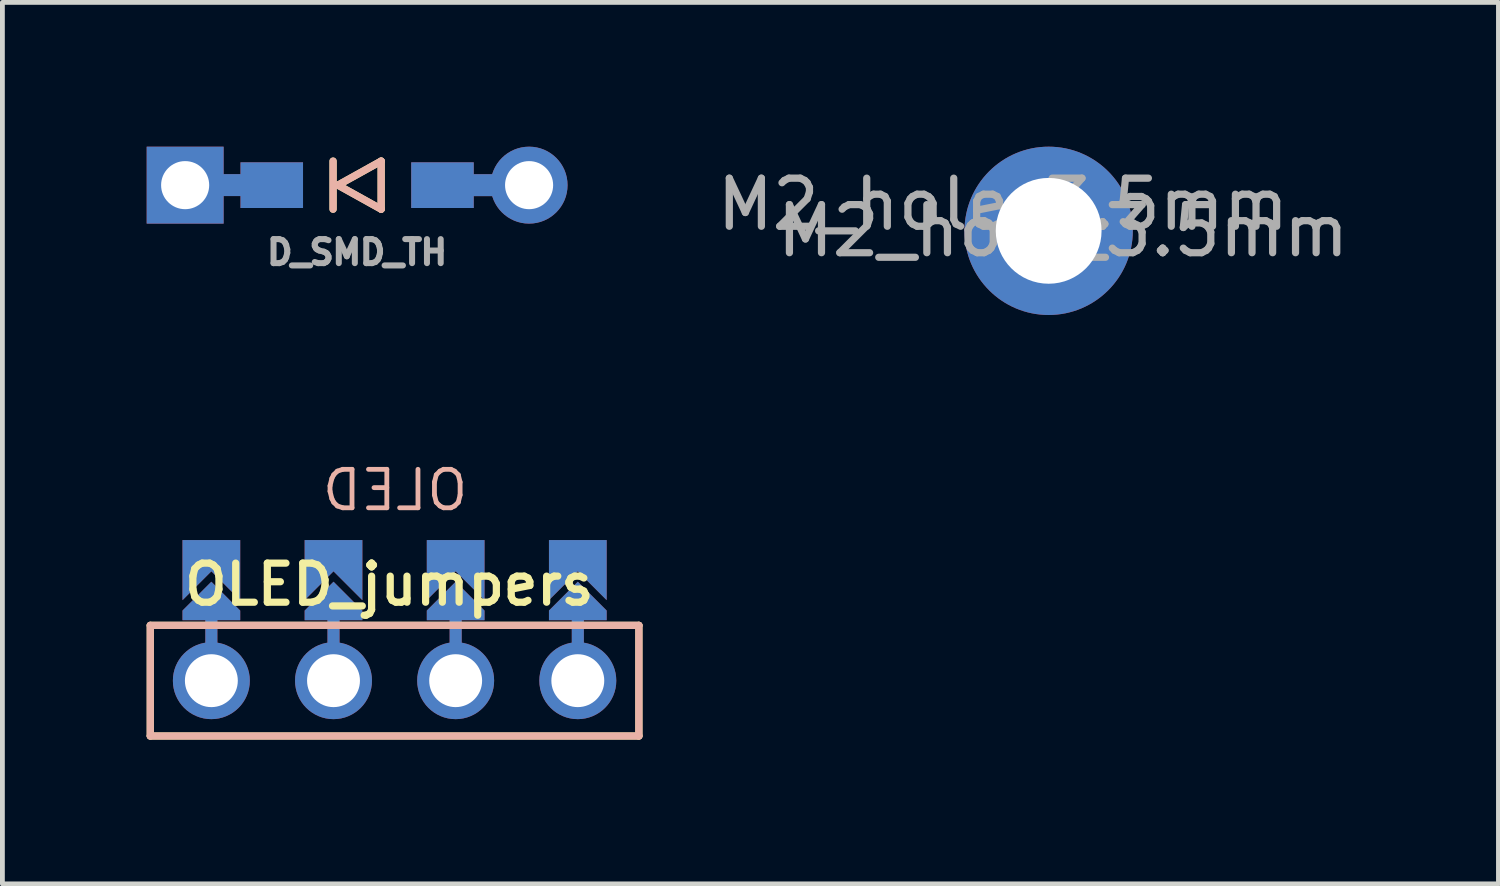
<source format=kicad_pcb>
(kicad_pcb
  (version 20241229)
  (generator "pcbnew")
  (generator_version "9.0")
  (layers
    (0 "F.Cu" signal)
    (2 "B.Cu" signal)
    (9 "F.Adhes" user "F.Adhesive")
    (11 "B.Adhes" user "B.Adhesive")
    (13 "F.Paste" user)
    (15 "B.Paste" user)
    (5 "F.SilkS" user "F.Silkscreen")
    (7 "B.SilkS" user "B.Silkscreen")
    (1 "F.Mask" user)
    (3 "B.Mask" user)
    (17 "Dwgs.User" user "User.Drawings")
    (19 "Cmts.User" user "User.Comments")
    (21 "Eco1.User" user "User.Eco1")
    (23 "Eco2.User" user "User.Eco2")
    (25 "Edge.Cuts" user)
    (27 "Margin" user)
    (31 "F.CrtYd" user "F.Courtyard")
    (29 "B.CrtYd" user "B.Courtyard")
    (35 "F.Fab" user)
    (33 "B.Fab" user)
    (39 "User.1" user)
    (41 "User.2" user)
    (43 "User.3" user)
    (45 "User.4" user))
  (footprint "D_SMD_TH"
    (layer "F.Cu")
    (at 4.376 0.8)
    (property "Reference" "D_SMD_TH" (at 0 1.397 0) (layer "F.Fab") (effects (font (size 0.5 0.5) (thickness 0.125))))
    (fp_poly (pts (xy -2.375 -0.425) (xy -1.175 -0.425) (xy -1.175 0.425) (xy -2.375 0.425)) (stroke (width 0.1) (type solid)) (fill yes) (layer "F.Mask"))
    (fp_poly (pts (xy 1.175 -0.425) (xy 2.375 -0.425) (xy 2.375 0.425) (xy 1.175 0.425)) (stroke (width 0.1) (type solid)) (fill yes) (layer "F.Mask"))
    (fp_poly (pts (xy -2.375 -0.425) (xy -1.175 -0.425) (xy -1.175 0.425) (xy -2.375 0.425)) (stroke (width 0.1) (type solid)) (fill yes) (layer "B.Mask"))
    (fp_poly (pts (xy 1.175 -0.425) (xy 2.375 -0.425) (xy 2.375 0.425) (xy 1.175 0.425)) (stroke (width 0.1) (type solid)) (fill yes) (layer "B.Mask"))
    (fp_line (start -0.5 -0.5) (end -0.5 0.5) (stroke (width 0.15) (type solid)) (layer "F.SilkS"))
    (fp_line (start -0.4 0) (end 0.5 -0.5) (stroke (width 0.15) (type solid)) (layer "F.SilkS"))
    (fp_line (start 0.5 -0.5) (end 0.5 0.5) (stroke (width 0.15) (type solid)) (layer "F.SilkS"))
    (fp_line (start 0.5 0.5) (end -0.4 0) (stroke (width 0.15) (type solid)) (layer "F.SilkS"))
    (fp_line (start -0.5 0.5) (end -0.5 -0.5) (stroke (width 0.15) (type solid)) (layer "B.SilkS"))
    (fp_line (start -0.4 0) (end 0.5 0.5) (stroke (width 0.15) (type solid)) (layer "B.SilkS"))
    (fp_line (start 0.5 -0.5) (end -0.4 0) (stroke (width 0.15) (type solid)) (layer "B.SilkS"))
    (fp_line (start 0.5 0.5) (end 0.5 -0.5) (stroke (width 0.15) (type solid)) (layer "B.SilkS"))
    (pad "1" thru_hole rect (at -3.576 0 180) (size 1.6 1.6) (drill 1) (layers "*.Cu" "*.Mask"))
    (pad "1" smd custom (at -1.775 0) (size 1.3 0.95) (layers "F.Cu") (options (anchor rect)) (primitives (gr_poly (pts (xy -0.52 0.177) (xy -1.093 0.177) (xy -1.093 -0.178) (xy -0.52 -0.178)) (width 0.1) (fill yes))))
    (pad "1" smd custom (at -1.775 0) (size 1.3 0.95) (layers "B.Cu") (options (anchor rect)) (primitives (gr_poly (pts (xy -0.52 0.177) (xy -1.093 0.177) (xy -1.093 -0.179) (xy -0.52 -0.179)) (width 0.1) (fill yes))))
    (pad "2" smd custom (at 1.775 0) (size 1.3 0.95) (layers "F.Cu") (options (anchor rect)) (primitives (gr_poly (pts (xy 1.093 0.179) (xy 0.52 0.179) (xy 0.52 -0.177) (xy 1.093 -0.177)) (width 0.1) (fill yes))))
    (pad "2" smd custom (at 1.775 0) (size 1.3 0.95) (layers "B.Cu") (options (anchor rect)) (primitives (gr_poly (pts (xy 1.093 0.179) (xy 0.52 0.179) (xy 0.52 -0.177) (xy 1.093 -0.177)) (width 0.1) (fill yes))))
    (pad "2" thru_hole circle (at 3.576 0 180) (size 1.6 1.6) (drill 1) (layers "*.Cu" "*.Mask")))
  (footprint "OLED_jumpers"
    (layer "F.Cu")
    (at 1.345 11.104)
    (property "Reference" "OLED_jumpers" (at 3.7 -2 0) (layer "F.SilkS") (effects (font (size 0.813 0.813) (thickness 0.15))))
    (attr through_hole)
    (fp_poly (pts (xy -0.508 -2.42) (xy 0.508 -2.42) (xy 0.508 -1.404) (xy -0.508 -1.404)) (stroke (width 0.1) (type solid)) (fill yes) (layer "F.Mask"))
    (fp_poly (pts (xy 2.032 -2.42) (xy 3.048 -2.42) (xy 3.048 -1.404) (xy 2.032 -1.404)) (stroke (width 0.1) (type solid)) (fill yes) (layer "F.Mask"))
    (fp_poly (pts (xy 4.572 -2.42) (xy 5.588 -2.42) (xy 5.588 -1.404) (xy 4.572 -1.404)) (stroke (width 0.1) (type solid)) (fill yes) (layer "F.Mask"))
    (fp_poly (pts (xy 7.112 -2.42) (xy 8.128 -2.42) (xy 8.128 -1.404) (xy 7.112 -1.404)) (stroke (width 0.1) (type solid)) (fill yes) (layer "F.Mask"))
    (fp_poly (pts (xy -0.508 -2.42) (xy 0.508 -2.42) (xy 0.508 -1.404) (xy -0.508 -1.404)) (stroke (width 0.1) (type solid)) (fill yes) (layer "B.Mask"))
    (fp_poly (pts (xy 2.032 -2.42) (xy 3.048 -2.42) (xy 3.048 -1.404) (xy 2.032 -1.404)) (stroke (width 0.1) (type solid)) (fill yes) (layer "B.Mask"))
    (fp_poly (pts (xy 4.572 -2.42) (xy 5.588 -2.42) (xy 5.588 -1.404) (xy 4.572 -1.404)) (stroke (width 0.1) (type solid)) (fill yes) (layer "B.Mask"))
    (fp_poly (pts (xy 7.112 -2.42) (xy 8.128 -2.42) (xy 8.128 -1.404) (xy 7.112 -1.404)) (stroke (width 0.1) (type solid)) (fill yes) (layer "B.Mask"))
    (fp_line (start -1.27 -1.15) (end 8.89 -1.15) (stroke (width 0.15) (type solid)) (layer "F.SilkS"))
    (fp_line (start -1.27 1.15) (end -1.27 -1.15) (stroke (width 0.15) (type solid)) (layer "F.SilkS"))
    (fp_line (start -1.27 1.15) (end 8.89 1.15) (stroke (width 0.15) (type solid)) (layer "F.SilkS"))
    (fp_line (start 8.89 -1.15) (end 8.89 1.15) (stroke (width 0.15) (type solid)) (layer "F.SilkS"))
    (fp_line (start -1.27 -1.15) (end 8.89 -1.15) (stroke (width 0.15) (type solid)) (layer "B.SilkS"))
    (fp_line (start -1.27 1.15) (end -1.27 -1.15) (stroke (width 0.15) (type solid)) (layer "B.SilkS"))
    (fp_line (start 8.89 -1.15) (end 8.89 1.15) (stroke (width 0.15) (type solid)) (layer "B.SilkS"))
    (fp_line (start 8.89 1.15) (end -1.27 1.15) (stroke (width 0.15) (type solid)) (layer "B.SilkS"))
    (fp_text user "OLED" (at 3.82 -3.96 0) (unlocked yes) (layer "B.SilkS") (effects (font (size 0.8 0.8) (thickness 0.1)) (justify mirror)))
    (pad "" smd custom (at 0 -1.658 180) (size 0.1 0.1) (layers "F.Cu" "F.Mask") (options (anchor rect)) (primitives (gr_poly (pts (xy 0.6 -0.2) (xy 0 0.4) (xy -0.6 -0.2) (xy -0.6 -0.4) (xy 0.6 -0.4)) (width 0) (fill yes))))
    (pad "" smd custom (at 0 -1.658 180) (size 0.1 0.1) (layers "B.Cu" "B.Mask") (options (anchor rect)) (primitives (gr_poly (pts (xy 0.6 -0.2) (xy 0 0.4) (xy -0.6 -0.2) (xy -0.6 -0.4) (xy 0.6 -0.4)) (width 0) (fill yes))))
    (pad "" smd custom (at 0 -1.15 180) (size 0.25 1) (layers "F.Cu") (options (anchor rect)) (primitives))
    (pad "" smd custom (at 0 -1.15 180) (size 0.25 1) (layers "B.Cu") (options (anchor rect)) (primitives))
    (pad "" thru_hole circle (at 0 0) (size 1.6 1.6) (drill 1.1) (layers "*.Cu" "*.Mask"))
    (pad "" smd custom (at 2.54 -1.658 180) (size 0.1 0.1) (layers "F.Cu" "F.Mask") (options (anchor rect)) (primitives (gr_poly (pts (xy 0.6 -0.2) (xy 0 0.4) (xy -0.6 -0.2) (xy -0.6 -0.4) (xy 0.6 -0.4)) (width 0) (fill yes))))
    (pad "" smd custom (at 2.54 -1.658 180) (size 0.1 0.1) (layers "B.Cu" "B.Mask") (options (anchor rect)) (primitives (gr_poly (pts (xy 0.6 -0.2) (xy 0 0.4) (xy -0.6 -0.2) (xy -0.6 -0.4) (xy 0.6 -0.4)) (width 0) (fill yes))))
    (pad "" smd custom (at 2.54 -1.15 180) (size 0.25 1) (layers "F.Cu") (options (anchor rect)) (primitives))
    (pad "" smd custom (at 2.54 -1.15 180) (size 0.25 1) (layers "B.Cu") (options (anchor rect)) (primitives))
    (pad "" thru_hole circle (at 2.54 0) (size 1.6 1.6) (drill 1.1) (layers "*.Cu" "*.Mask"))
    (pad "" smd custom (at 5.08 -1.658 180) (size 0.1 0.1) (layers "F.Cu" "F.Mask") (options (anchor rect)) (primitives (gr_poly (pts (xy 0.6 -0.2) (xy 0 0.4) (xy -0.6 -0.2) (xy -0.6 -0.4) (xy 0.6 -0.4)) (width 0) (fill yes))))
    (pad "" smd custom (at 5.08 -1.658 180) (size 0.1 0.1) (layers "B.Cu" "B.Mask") (options (anchor rect)) (primitives (gr_poly (pts (xy 0.6 -0.2) (xy 0 0.4) (xy -0.6 -0.2) (xy -0.6 -0.4) (xy 0.6 -0.4)) (width 0) (fill yes))))
    (pad "" smd custom (at 5.08 -1.15 180) (size 0.25 1) (layers "F.Cu") (options (anchor rect)) (primitives))
    (pad "" smd custom (at 5.08 -1.15 180) (size 0.25 1) (layers "B.Cu") (options (anchor rect)) (primitives))
    (pad "" thru_hole circle (at 5.08 0) (size 1.6 1.6) (drill 1.1) (layers "*.Cu" "*.Mask"))
    (pad "" smd custom (at 7.62 -1.658 180) (size 0.1 0.1) (layers "F.Cu" "F.Mask") (options (anchor rect)) (primitives (gr_poly (pts (xy 0.6 -0.2) (xy 0 0.4) (xy -0.6 -0.2) (xy -0.6 -0.4) (xy 0.6 -0.4)) (width 0) (fill yes))))
    (pad "" smd custom (at 7.62 -1.658 180) (size 0.1 0.1) (layers "B.Cu" "B.Mask") (options (anchor rect)) (primitives (gr_poly (pts (xy 0.6 -0.2) (xy 0 0.4) (xy -0.6 -0.2) (xy -0.6 -0.4) (xy 0.6 -0.4)) (width 0) (fill yes))))
    (pad "" smd custom (at 7.62 -1.15 180) (size 0.25 1) (layers "F.Cu") (options (anchor rect)) (primitives))
    (pad "" smd custom (at 7.62 -1.15 180) (size 0.25 1) (layers "B.Cu") (options (anchor rect)) (primitives))
    (pad "" thru_hole circle (at 7.62 0) (size 1.6 1.6) (drill 1.1) (layers "*.Cu" "*.Mask"))
    (pad "1" smd custom (at 0 -2.674 180) (size 1.2 0.5) (layers "B.Cu" "B.Mask") (options (anchor rect)) (primitives (gr_poly (pts (xy 0.6 0) (xy -0.6 0) (xy -0.6 -1) (xy 0 -0.4) (xy 0.6 -1)) (width 0) (fill yes))))
    (pad "1" smd custom (at 7.62 -2.674 180) (size 1.2 0.5) (layers "F.Cu" "F.Mask") (options (anchor rect)) (primitives (gr_poly (pts (xy 0.6 0) (xy -0.6 0) (xy -0.6 -1) (xy 0 -0.4) (xy 0.6 -1)) (width 0) (fill yes))))
    (pad "2" smd custom (at 2.54 -2.674 180) (size 1.2 0.5) (layers "B.Cu" "B.Mask") (options (anchor rect)) (primitives (gr_poly (pts (xy 0.6 0) (xy -0.6 0) (xy -0.6 -1) (xy 0 -0.4) (xy 0.6 -1)) (width 0) (fill yes))))
    (pad "2" smd custom (at 5.08 -2.674 180) (size 1.2 0.5) (layers "F.Cu" "F.Mask") (options (anchor rect)) (primitives (gr_poly (pts (xy 0.6 0) (xy -0.6 0) (xy -0.6 -1) (xy 0 -0.4) (xy 0.6 -1)) (width 0) (fill yes))))
    (pad "3" smd custom (at 2.54 -2.674 180) (size 1.2 0.5) (layers "F.Cu" "F.Mask") (options (anchor rect)) (primitives (gr_poly (pts (xy 0.6 0) (xy -0.6 0) (xy -0.6 -1) (xy 0 -0.4) (xy 0.6 -1)) (width 0) (fill yes))))
    (pad "3" smd custom (at 5.08 -2.674 180) (size 1.2 0.5) (layers "B.Cu" "B.Mask") (options (anchor rect)) (primitives (gr_poly (pts (xy 0.6 0) (xy -0.6 0) (xy -0.6 -1) (xy 0 -0.4) (xy 0.6 -1)) (width 0) (fill yes))))
    (pad "4" smd custom (at 0 -2.674 180) (size 1.2 0.5) (layers "F.Cu" "F.Mask") (options (anchor rect)) (primitives (gr_poly (pts (xy 0.6 0) (xy -0.6 0) (xy -0.6 -1) (xy 0 -0.4) (xy 0.6 -1)) (width 0) (fill yes))))
    (pad "4" smd custom (at 7.62 -2.674 180) (size 1.2 0.5) (layers "B.Cu" "B.Mask") (options (anchor rect)) (primitives (gr_poly (pts (xy 0.6 0) (xy -0.6 0) (xy -0.6 -1) (xy 0 -0.4) (xy 0.6 -1)) (width 0) (fill yes)))))
  (footprint "M2_hole_3.5mm"
    (layer "F.Cu")
    (at 18.756 1.75)
    (property "Reference" "M2_hole_3.5mm" (at -0.95 -0.55 0) (layer "F.Fab") (effects (font (size 1 1) (thickness 0.15))))
    (attr exclude_from_pos_files exclude_from_bom)
    (fp_text user "${REFERENCE}" (at 0.3 0 0) (layer "F.Fab") (effects (font (size 1 1) (thickness 0.15))))
    (pad "" thru_hole circle (at 0 0) (size 3.5 3.5) (drill 2.2) (layers "*.Cu" "*.Mask")))
  (gr_rect
    (start -3 -3)
    (end 28.109 15.329)
    (stroke (width 0.1) (type default))
    (fill no)
    (layer "Edge.Cuts")))
</source>
